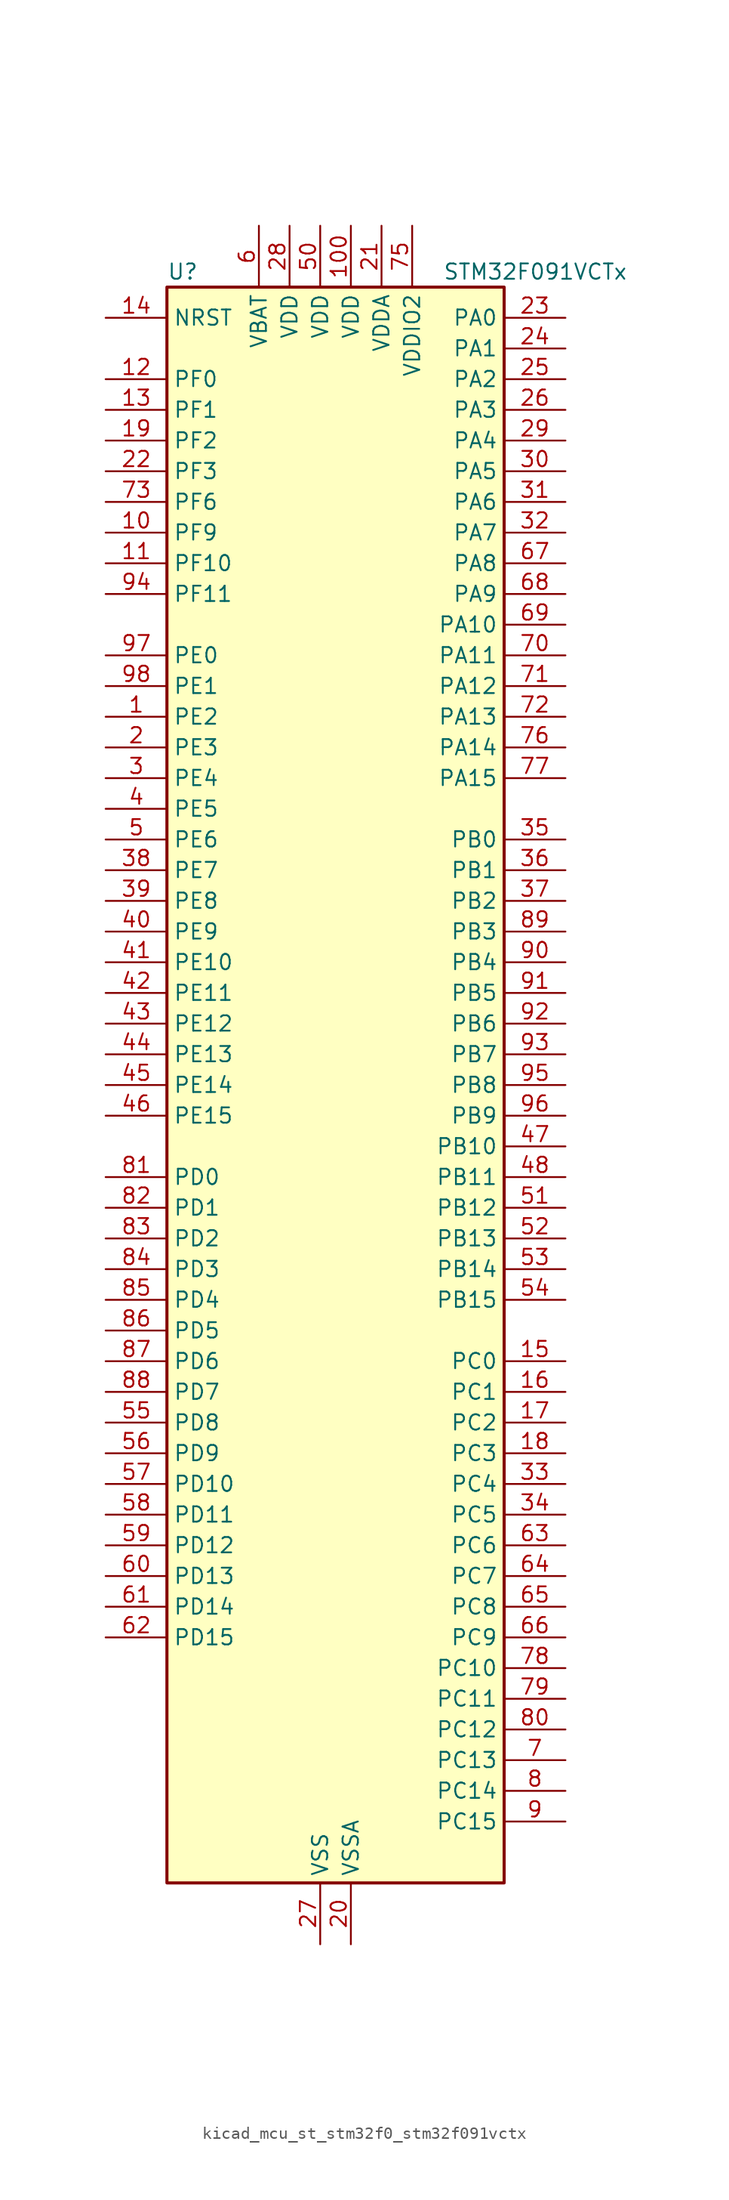
<source format=kicad_sym>
(kicad_symbol_lib
  (version 20220914)
  (generator kicad_symbol_editor)
  (symbol "kicad_mcu_st_stm32f0_stm32f091vctx"
    (property "Reference" "U"
      (at -12.7 67.31 0)
      (effects (font (size 1.27 1.27)) (justify left)))
    (property "Value" "STM32F091VCTx"
      (at 10.16 67.31 0)
      (effects (font (size 1.27 1.27)) (justify left)))
    (property "ki_locked" ""
      (at 0 0 0)
      (effects (font (size 1.27 1.27))))
    (symbol "kicad_mcu_st_stm32f0_stm32f091vctx_0_1"
      (rectangle (start -12.7 -66.04) (end 15.24 66.04) (stroke (width 0.254) (type default)) (fill (type background))))
    (symbol "kicad_mcu_st_stm32f0_stm32f091vctx_1_1"
      (pin bidirectional line (at -17.78 30.48 0) (length 5.08) (name "PE2" (effects (font (size 1.27 1.27)))) (number "1" (effects (font (size 1.27 1.27)))) (alternate "TIM3_ETR" bidirectional line) (alternate "TSC_G7_IO1" bidirectional line))
      (pin bidirectional line (at -17.78 45.72 0) (length 5.08) (name "PF9" (effects (font (size 1.27 1.27)))) (number "10" (effects (font (size 1.27 1.27)))) (alternate "DAC_EXTI9" bidirectional line) (alternate "TIM15_CH1" bidirectional line) (alternate "USART6_TX" bidirectional line))
      (pin power_in line (at 2.54 71.12 270) (length 5.08) (name "VDD" (effects (font (size 1.27 1.27)))) (number "100" (effects (font (size 1.27 1.27)))))
      (pin bidirectional line (at -17.78 43.18 0) (length 5.08) (name "PF10" (effects (font (size 1.27 1.27)))) (number "11" (effects (font (size 1.27 1.27)))) (alternate "TIM15_CH2" bidirectional line) (alternate "USART6_RX" bidirectional line))
      (pin bidirectional line (at -17.78 58.42 0) (length 5.08) (name "PF0" (effects (font (size 1.27 1.27)))) (number "12" (effects (font (size 1.27 1.27)))) (alternate "CRS_SYNC" bidirectional line) (alternate "I2C1_SDA" bidirectional line) (alternate "RCC_OSC_IN" bidirectional line))
      (pin bidirectional line (at -17.78 55.88 0) (length 5.08) (name "PF1" (effects (font (size 1.27 1.27)))) (number "13" (effects (font (size 1.27 1.27)))) (alternate "I2C1_SCL" bidirectional line) (alternate "RCC_OSC_OUT" bidirectional line))
      (pin input line (at -17.78 63.5 0) (length 5.08) (name "NRST" (effects (font (size 1.27 1.27)))) (number "14" (effects (font (size 1.27 1.27)))))
      (pin bidirectional line (at 20.32 -22.86 180) (length 5.08) (name "PC0" (effects (font (size 1.27 1.27)))) (number "15" (effects (font (size 1.27 1.27)))) (alternate "ADC_IN10" bidirectional line) (alternate "USART6_TX" bidirectional line) (alternate "USART7_TX" bidirectional line))
      (pin bidirectional line (at 20.32 -25.4 180) (length 5.08) (name "PC1" (effects (font (size 1.27 1.27)))) (number "16" (effects (font (size 1.27 1.27)))) (alternate "ADC_IN11" bidirectional line) (alternate "USART6_RX" bidirectional line) (alternate "USART7_RX" bidirectional line))
      (pin bidirectional line (at 20.32 -27.94 180) (length 5.08) (name "PC2" (effects (font (size 1.27 1.27)))) (number "17" (effects (font (size 1.27 1.27)))) (alternate "ADC_IN12" bidirectional line) (alternate "I2S2_MCK" bidirectional line) (alternate "SPI2_MISO" bidirectional line) (alternate "USART8_TX" bidirectional line))
      (pin bidirectional line (at 20.32 -30.48 180) (length 5.08) (name "PC3" (effects (font (size 1.27 1.27)))) (number "18" (effects (font (size 1.27 1.27)))) (alternate "ADC_IN13" bidirectional line) (alternate "I2S2_SD" bidirectional line) (alternate "SPI2_MOSI" bidirectional line) (alternate "USART8_RX" bidirectional line))
      (pin bidirectional line (at -17.78 53.34 0) (length 5.08) (name "PF2" (effects (font (size 1.27 1.27)))) (number "19" (effects (font (size 1.27 1.27)))) (alternate "SYS_WKUP8" bidirectional line) (alternate "USART7_CK" bidirectional line) (alternate "USART7_DE" bidirectional line) (alternate "USART7_RTS" bidirectional line) (alternate "USART7_TX" bidirectional line))
      (pin bidirectional line (at -17.78 27.94 0) (length 5.08) (name "PE3" (effects (font (size 1.27 1.27)))) (number "2" (effects (font (size 1.27 1.27)))) (alternate "TIM3_CH1" bidirectional line) (alternate "TSC_G7_IO2" bidirectional line))
      (pin power_in line (at 2.54 -71.12 90) (length 5.08) (name "VSSA" (effects (font (size 1.27 1.27)))) (number "20" (effects (font (size 1.27 1.27)))))
      (pin power_in line (at 5.08 71.12 270) (length 5.08) (name "VDDA" (effects (font (size 1.27 1.27)))) (number "21" (effects (font (size 1.27 1.27)))))
      (pin bidirectional line (at -17.78 50.8 0) (length 5.08) (name "PF3" (effects (font (size 1.27 1.27)))) (number "22" (effects (font (size 1.27 1.27)))) (alternate "USART6_CK" bidirectional line) (alternate "USART6_DE" bidirectional line) (alternate "USART6_RTS" bidirectional line) (alternate "USART7_RX" bidirectional line))
      (pin bidirectional line (at 20.32 63.5 180) (length 5.08) (name "PA0" (effects (font (size 1.27 1.27)))) (number "23" (effects (font (size 1.27 1.27)))) (alternate "ADC_IN0" bidirectional line) (alternate "COMP1_INM" bidirectional line) (alternate "COMP1_OUT" bidirectional line) (alternate "RTC_TAMP2" bidirectional line) (alternate "SYS_WKUP1" bidirectional line) (alternate "TIM2_CH1" bidirectional line) (alternate "TIM2_ETR" bidirectional line) (alternate "TSC_G1_IO1" bidirectional line) (alternate "USART2_CTS" bidirectional line) (alternate "USART4_TX" bidirectional line))
      (pin bidirectional line (at 20.32 60.96 180) (length 5.08) (name "PA1" (effects (font (size 1.27 1.27)))) (number "24" (effects (font (size 1.27 1.27)))) (alternate "ADC_IN1" bidirectional line) (alternate "COMP1_INP" bidirectional line) (alternate "TIM15_CH1N" bidirectional line) (alternate "TIM2_CH2" bidirectional line) (alternate "TSC_G1_IO2" bidirectional line) (alternate "USART2_DE" bidirectional line) (alternate "USART2_RTS" bidirectional line) (alternate "USART4_RX" bidirectional line))
      (pin bidirectional line (at 20.32 58.42 180) (length 5.08) (name "PA2" (effects (font (size 1.27 1.27)))) (number "25" (effects (font (size 1.27 1.27)))) (alternate "ADC_IN2" bidirectional line) (alternate "COMP2_INM" bidirectional line) (alternate "COMP2_OUT" bidirectional line) (alternate "SYS_WKUP4" bidirectional line) (alternate "TIM15_CH1" bidirectional line) (alternate "TIM2_CH3" bidirectional line) (alternate "TSC_G1_IO3" bidirectional line) (alternate "USART2_TX" bidirectional line))
      (pin bidirectional line (at 20.32 55.88 180) (length 5.08) (name "PA3" (effects (font (size 1.27 1.27)))) (number "26" (effects (font (size 1.27 1.27)))) (alternate "ADC_IN3" bidirectional line) (alternate "COMP2_INP" bidirectional line) (alternate "TIM15_CH2" bidirectional line) (alternate "TIM2_CH4" bidirectional line) (alternate "TSC_G1_IO4" bidirectional line) (alternate "USART2_RX" bidirectional line))
      (pin power_in line (at 0 -71.12 90) (length 5.08) (name "VSS" (effects (font (size 1.27 1.27)))) (number "27" (effects (font (size 1.27 1.27)))))
      (pin power_in line (at -2.54 71.12 270) (length 5.08) (name "VDD" (effects (font (size 1.27 1.27)))) (number "28" (effects (font (size 1.27 1.27)))))
      (pin bidirectional line (at 20.32 53.34 180) (length 5.08) (name "PA4" (effects (font (size 1.27 1.27)))) (number "29" (effects (font (size 1.27 1.27)))) (alternate "ADC_IN4" bidirectional line) (alternate "COMP1_INM" bidirectional line) (alternate "COMP2_INM" bidirectional line) (alternate "DAC_OUT1" bidirectional line) (alternate "I2S1_WS" bidirectional line) (alternate "SPI1_NSS" bidirectional line) (alternate "TIM14_CH1" bidirectional line) (alternate "TSC_G2_IO1" bidirectional line) (alternate "USART2_CK" bidirectional line) (alternate "USART6_TX" bidirectional line))
      (pin bidirectional line (at -17.78 25.4 0) (length 5.08) (name "PE4" (effects (font (size 1.27 1.27)))) (number "3" (effects (font (size 1.27 1.27)))) (alternate "TIM3_CH2" bidirectional line) (alternate "TSC_G7_IO3" bidirectional line))
      (pin bidirectional line (at 20.32 50.8 180) (length 5.08) (name "PA5" (effects (font (size 1.27 1.27)))) (number "30" (effects (font (size 1.27 1.27)))) (alternate "ADC_IN5" bidirectional line) (alternate "CEC" bidirectional line) (alternate "COMP1_INM" bidirectional line) (alternate "COMP2_INM" bidirectional line) (alternate "DAC_OUT2" bidirectional line) (alternate "I2S1_CK" bidirectional line) (alternate "SPI1_SCK" bidirectional line) (alternate "TIM2_CH1" bidirectional line) (alternate "TIM2_ETR" bidirectional line) (alternate "TSC_G2_IO2" bidirectional line) (alternate "USART6_RX" bidirectional line))
      (pin bidirectional line (at 20.32 48.26 180) (length 5.08) (name "PA6" (effects (font (size 1.27 1.27)))) (number "31" (effects (font (size 1.27 1.27)))) (alternate "ADC_IN6" bidirectional line) (alternate "COMP1_OUT" bidirectional line) (alternate "I2S1_MCK" bidirectional line) (alternate "SPI1_MISO" bidirectional line) (alternate "TIM16_CH1" bidirectional line) (alternate "TIM1_BKIN" bidirectional line) (alternate "TIM3_CH1" bidirectional line) (alternate "TSC_G2_IO3" bidirectional line) (alternate "USART3_CTS" bidirectional line))
      (pin bidirectional line (at 20.32 45.72 180) (length 5.08) (name "PA7" (effects (font (size 1.27 1.27)))) (number "32" (effects (font (size 1.27 1.27)))) (alternate "ADC_IN7" bidirectional line) (alternate "COMP2_OUT" bidirectional line) (alternate "I2S1_SD" bidirectional line) (alternate "SPI1_MOSI" bidirectional line) (alternate "TIM14_CH1" bidirectional line) (alternate "TIM17_CH1" bidirectional line) (alternate "TIM1_CH1N" bidirectional line) (alternate "TIM3_CH2" bidirectional line) (alternate "TSC_G2_IO4" bidirectional line))
      (pin bidirectional line (at 20.32 -33.02 180) (length 5.08) (name "PC4" (effects (font (size 1.27 1.27)))) (number "33" (effects (font (size 1.27 1.27)))) (alternate "ADC_IN14" bidirectional line) (alternate "USART3_TX" bidirectional line))
      (pin bidirectional line (at 20.32 -35.56 180) (length 5.08) (name "PC5" (effects (font (size 1.27 1.27)))) (number "34" (effects (font (size 1.27 1.27)))) (alternate "ADC_IN15" bidirectional line) (alternate "SYS_WKUP5" bidirectional line) (alternate "TSC_G3_IO1" bidirectional line) (alternate "USART3_RX" bidirectional line))
      (pin bidirectional line (at 20.32 20.32 180) (length 5.08) (name "PB0" (effects (font (size 1.27 1.27)))) (number "35" (effects (font (size 1.27 1.27)))) (alternate "ADC_IN8" bidirectional line) (alternate "TIM1_CH2N" bidirectional line) (alternate "TIM3_CH3" bidirectional line) (alternate "TSC_G3_IO2" bidirectional line) (alternate "USART3_CK" bidirectional line))
      (pin bidirectional line (at 20.32 17.78 180) (length 5.08) (name "PB1" (effects (font (size 1.27 1.27)))) (number "36" (effects (font (size 1.27 1.27)))) (alternate "ADC_IN9" bidirectional line) (alternate "TIM14_CH1" bidirectional line) (alternate "TIM1_CH3N" bidirectional line) (alternate "TIM3_CH4" bidirectional line) (alternate "TSC_G3_IO3" bidirectional line) (alternate "USART3_DE" bidirectional line) (alternate "USART3_RTS" bidirectional line))
      (pin bidirectional line (at 20.32 15.24 180) (length 5.08) (name "PB2" (effects (font (size 1.27 1.27)))) (number "37" (effects (font (size 1.27 1.27)))) (alternate "TSC_G3_IO4" bidirectional line))
      (pin bidirectional line (at -17.78 17.78 0) (length 5.08) (name "PE7" (effects (font (size 1.27 1.27)))) (number "38" (effects (font (size 1.27 1.27)))) (alternate "TIM1_ETR" bidirectional line) (alternate "USART5_CK" bidirectional line) (alternate "USART5_DE" bidirectional line) (alternate "USART5_RTS" bidirectional line))
      (pin bidirectional line (at -17.78 15.24 0) (length 5.08) (name "PE8" (effects (font (size 1.27 1.27)))) (number "39" (effects (font (size 1.27 1.27)))) (alternate "TIM1_CH1N" bidirectional line) (alternate "USART4_TX" bidirectional line))
      (pin bidirectional line (at -17.78 22.86 0) (length 5.08) (name "PE5" (effects (font (size 1.27 1.27)))) (number "4" (effects (font (size 1.27 1.27)))) (alternate "TIM3_CH3" bidirectional line) (alternate "TSC_G7_IO4" bidirectional line))
      (pin bidirectional line (at -17.78 12.7 0) (length 5.08) (name "PE9" (effects (font (size 1.27 1.27)))) (number "40" (effects (font (size 1.27 1.27)))) (alternate "DAC_EXTI9" bidirectional line) (alternate "TIM1_CH1" bidirectional line) (alternate "USART4_RX" bidirectional line))
      (pin bidirectional line (at -17.78 10.16 0) (length 5.08) (name "PE10" (effects (font (size 1.27 1.27)))) (number "41" (effects (font (size 1.27 1.27)))) (alternate "TIM1_CH2N" bidirectional line) (alternate "USART5_TX" bidirectional line))
      (pin bidirectional line (at -17.78 7.62 0) (length 5.08) (name "PE11" (effects (font (size 1.27 1.27)))) (number "42" (effects (font (size 1.27 1.27)))) (alternate "TIM1_CH2" bidirectional line) (alternate "USART5_RX" bidirectional line))
      (pin bidirectional line (at -17.78 5.08 0) (length 5.08) (name "PE12" (effects (font (size 1.27 1.27)))) (number "43" (effects (font (size 1.27 1.27)))) (alternate "I2S1_WS" bidirectional line) (alternate "SPI1_NSS" bidirectional line) (alternate "TIM1_CH3N" bidirectional line))
      (pin bidirectional line (at -17.78 2.54 0) (length 5.08) (name "PE13" (effects (font (size 1.27 1.27)))) (number "44" (effects (font (size 1.27 1.27)))) (alternate "I2S1_CK" bidirectional line) (alternate "SPI1_SCK" bidirectional line) (alternate "TIM1_CH3" bidirectional line))
      (pin bidirectional line (at -17.78 0 0) (length 5.08) (name "PE14" (effects (font (size 1.27 1.27)))) (number "45" (effects (font (size 1.27 1.27)))) (alternate "I2S1_MCK" bidirectional line) (alternate "SPI1_MISO" bidirectional line) (alternate "TIM1_CH4" bidirectional line))
      (pin bidirectional line (at -17.78 -2.54 0) (length 5.08) (name "PE15" (effects (font (size 1.27 1.27)))) (number "46" (effects (font (size 1.27 1.27)))) (alternate "I2S1_SD" bidirectional line) (alternate "SPI1_MOSI" bidirectional line) (alternate "TIM1_BKIN" bidirectional line))
      (pin bidirectional line (at 20.32 -5.08 180) (length 5.08) (name "PB10" (effects (font (size 1.27 1.27)))) (number "47" (effects (font (size 1.27 1.27)))) (alternate "CEC" bidirectional line) (alternate "I2C2_SCL" bidirectional line) (alternate "I2S2_CK" bidirectional line) (alternate "SPI2_SCK" bidirectional line) (alternate "TIM2_CH3" bidirectional line) (alternate "TSC_SYNC" bidirectional line) (alternate "USART3_TX" bidirectional line))
      (pin bidirectional line (at 20.32 -7.62 180) (length 5.08) (name "PB11" (effects (font (size 1.27 1.27)))) (number "48" (effects (font (size 1.27 1.27)))) (alternate "I2C2_SDA" bidirectional line) (alternate "TIM2_CH4" bidirectional line) (alternate "TSC_G6_IO1" bidirectional line) (alternate "USART3_RX" bidirectional line))
      (pin passive line (at 0 -71.12 90) (length 5.08) hide (name "VSS" (effects (font (size 1.27 1.27)))) (number "49" (effects (font (size 1.27 1.27)))))
      (pin bidirectional line (at -17.78 20.32 0) (length 5.08) (name "PE6" (effects (font (size 1.27 1.27)))) (number "5" (effects (font (size 1.27 1.27)))) (alternate "RTC_TAMP3" bidirectional line) (alternate "SYS_WKUP3" bidirectional line) (alternate "TIM3_CH4" bidirectional line))
      (pin power_in line (at 0 71.12 270) (length 5.08) (name "VDD" (effects (font (size 1.27 1.27)))) (number "50" (effects (font (size 1.27 1.27)))))
      (pin bidirectional line (at 20.32 -10.16 180) (length 5.08) (name "PB12" (effects (font (size 1.27 1.27)))) (number "51" (effects (font (size 1.27 1.27)))) (alternate "I2S2_WS" bidirectional line) (alternate "SPI2_NSS" bidirectional line) (alternate "TIM15_BKIN" bidirectional line) (alternate "TIM1_BKIN" bidirectional line) (alternate "TSC_G6_IO2" bidirectional line) (alternate "USART3_CK" bidirectional line))
      (pin bidirectional line (at 20.32 -12.7 180) (length 5.08) (name "PB13" (effects (font (size 1.27 1.27)))) (number "52" (effects (font (size 1.27 1.27)))) (alternate "I2C2_SCL" bidirectional line) (alternate "I2S2_CK" bidirectional line) (alternate "SPI2_SCK" bidirectional line) (alternate "TIM1_CH1N" bidirectional line) (alternate "TSC_G6_IO3" bidirectional line) (alternate "USART3_CTS" bidirectional line))
      (pin bidirectional line (at 20.32 -15.24 180) (length 5.08) (name "PB14" (effects (font (size 1.27 1.27)))) (number "53" (effects (font (size 1.27 1.27)))) (alternate "I2C2_SDA" bidirectional line) (alternate "I2S2_MCK" bidirectional line) (alternate "SPI2_MISO" bidirectional line) (alternate "TIM15_CH1" bidirectional line) (alternate "TIM1_CH2N" bidirectional line) (alternate "TSC_G6_IO4" bidirectional line) (alternate "USART3_DE" bidirectional line) (alternate "USART3_RTS" bidirectional line))
      (pin bidirectional line (at 20.32 -17.78 180) (length 5.08) (name "PB15" (effects (font (size 1.27 1.27)))) (number "54" (effects (font (size 1.27 1.27)))) (alternate "I2S2_SD" bidirectional line) (alternate "RTC_REFIN" bidirectional line) (alternate "SPI2_MOSI" bidirectional line) (alternate "SYS_WKUP7" bidirectional line) (alternate "TIM15_CH1N" bidirectional line) (alternate "TIM15_CH2" bidirectional line) (alternate "TIM1_CH3N" bidirectional line))
      (pin bidirectional line (at -17.78 -27.94 0) (length 5.08) (name "PD8" (effects (font (size 1.27 1.27)))) (number "55" (effects (font (size 1.27 1.27)))) (alternate "USART3_TX" bidirectional line))
      (pin bidirectional line (at -17.78 -30.48 0) (length 5.08) (name "PD9" (effects (font (size 1.27 1.27)))) (number "56" (effects (font (size 1.27 1.27)))) (alternate "DAC_EXTI9" bidirectional line) (alternate "USART3_RX" bidirectional line))
      (pin bidirectional line (at -17.78 -33.02 0) (length 5.08) (name "PD10" (effects (font (size 1.27 1.27)))) (number "57" (effects (font (size 1.27 1.27)))) (alternate "USART3_CK" bidirectional line))
      (pin bidirectional line (at -17.78 -35.56 0) (length 5.08) (name "PD11" (effects (font (size 1.27 1.27)))) (number "58" (effects (font (size 1.27 1.27)))) (alternate "USART3_CTS" bidirectional line))
      (pin bidirectional line (at -17.78 -38.1 0) (length 5.08) (name "PD12" (effects (font (size 1.27 1.27)))) (number "59" (effects (font (size 1.27 1.27)))) (alternate "TSC_G8_IO1" bidirectional line) (alternate "USART3_DE" bidirectional line) (alternate "USART3_RTS" bidirectional line) (alternate "USART8_CK" bidirectional line) (alternate "USART8_DE" bidirectional line) (alternate "USART8_RTS" bidirectional line))
      (pin power_in line (at -5.08 71.12 270) (length 5.08) (name "VBAT" (effects (font (size 1.27 1.27)))) (number "6" (effects (font (size 1.27 1.27)))))
      (pin bidirectional line (at -17.78 -40.64 0) (length 5.08) (name "PD13" (effects (font (size 1.27 1.27)))) (number "60" (effects (font (size 1.27 1.27)))) (alternate "TSC_G8_IO2" bidirectional line) (alternate "USART8_TX" bidirectional line))
      (pin bidirectional line (at -17.78 -43.18 0) (length 5.08) (name "PD14" (effects (font (size 1.27 1.27)))) (number "61" (effects (font (size 1.27 1.27)))) (alternate "TSC_G8_IO3" bidirectional line) (alternate "USART8_RX" bidirectional line))
      (pin bidirectional line (at -17.78 -45.72 0) (length 5.08) (name "PD15" (effects (font (size 1.27 1.27)))) (number "62" (effects (font (size 1.27 1.27)))) (alternate "CRS_SYNC" bidirectional line) (alternate "TSC_G8_IO4" bidirectional line) (alternate "USART7_CK" bidirectional line) (alternate "USART7_DE" bidirectional line) (alternate "USART7_RTS" bidirectional line))
      (pin bidirectional line (at 20.32 -38.1 180) (length 5.08) (name "PC6" (effects (font (size 1.27 1.27)))) (number "63" (effects (font (size 1.27 1.27)))) (alternate "TIM3_CH1" bidirectional line) (alternate "USART7_TX" bidirectional line))
      (pin bidirectional line (at 20.32 -40.64 180) (length 5.08) (name "PC7" (effects (font (size 1.27 1.27)))) (number "64" (effects (font (size 1.27 1.27)))) (alternate "TIM3_CH2" bidirectional line) (alternate "USART7_RX" bidirectional line))
      (pin bidirectional line (at 20.32 -43.18 180) (length 5.08) (name "PC8" (effects (font (size 1.27 1.27)))) (number "65" (effects (font (size 1.27 1.27)))) (alternate "TIM3_CH3" bidirectional line) (alternate "USART8_TX" bidirectional line))
      (pin bidirectional line (at 20.32 -45.72 180) (length 5.08) (name "PC9" (effects (font (size 1.27 1.27)))) (number "66" (effects (font (size 1.27 1.27)))) (alternate "DAC_EXTI9" bidirectional line) (alternate "TIM3_CH4" bidirectional line) (alternate "USART8_RX" bidirectional line))
      (pin bidirectional line (at 20.32 43.18 180) (length 5.08) (name "PA8" (effects (font (size 1.27 1.27)))) (number "67" (effects (font (size 1.27 1.27)))) (alternate "CRS_SYNC" bidirectional line) (alternate "RCC_MCO" bidirectional line) (alternate "TIM1_CH1" bidirectional line) (alternate "USART1_CK" bidirectional line))
      (pin bidirectional line (at 20.32 40.64 180) (length 5.08) (name "PA9" (effects (font (size 1.27 1.27)))) (number "68" (effects (font (size 1.27 1.27)))) (alternate "DAC_EXTI9" bidirectional line) (alternate "I2C1_SCL" bidirectional line) (alternate "RCC_MCO" bidirectional line) (alternate "TIM15_BKIN" bidirectional line) (alternate "TIM1_CH2" bidirectional line) (alternate "TSC_G4_IO1" bidirectional line) (alternate "USART1_TX" bidirectional line))
      (pin bidirectional line (at 20.32 38.1 180) (length 5.08) (name "PA10" (effects (font (size 1.27 1.27)))) (number "69" (effects (font (size 1.27 1.27)))) (alternate "I2C1_SDA" bidirectional line) (alternate "TIM17_BKIN" bidirectional line) (alternate "TIM1_CH3" bidirectional line) (alternate "TSC_G4_IO2" bidirectional line) (alternate "USART1_RX" bidirectional line))
      (pin bidirectional line (at 20.32 -55.88 180) (length 5.08) (name "PC13" (effects (font (size 1.27 1.27)))) (number "7" (effects (font (size 1.27 1.27)))) (alternate "RTC_OUT_ALARM" bidirectional line) (alternate "RTC_OUT_CALIB" bidirectional line) (alternate "RTC_TAMP1" bidirectional line) (alternate "RTC_TS" bidirectional line) (alternate "SYS_WKUP2" bidirectional line))
      (pin bidirectional line (at 20.32 35.56 180) (length 5.08) (name "PA11" (effects (font (size 1.27 1.27)))) (number "70" (effects (font (size 1.27 1.27)))) (alternate "CAN_RX" bidirectional line) (alternate "COMP1_OUT" bidirectional line) (alternate "I2C2_SCL" bidirectional line) (alternate "TIM1_CH4" bidirectional line) (alternate "TSC_G4_IO3" bidirectional line) (alternate "USART1_CTS" bidirectional line))
      (pin bidirectional line (at 20.32 33.02 180) (length 5.08) (name "PA12" (effects (font (size 1.27 1.27)))) (number "71" (effects (font (size 1.27 1.27)))) (alternate "CAN_TX" bidirectional line) (alternate "COMP2_OUT" bidirectional line) (alternate "I2C2_SDA" bidirectional line) (alternate "TIM1_ETR" bidirectional line) (alternate "TSC_G4_IO4" bidirectional line) (alternate "USART1_DE" bidirectional line) (alternate "USART1_RTS" bidirectional line))
      (pin bidirectional line (at 20.32 30.48 180) (length 5.08) (name "PA13" (effects (font (size 1.27 1.27)))) (number "72" (effects (font (size 1.27 1.27)))) (alternate "IR_OUT" bidirectional line) (alternate "SYS_SWDIO" bidirectional line))
      (pin bidirectional line (at -17.78 48.26 0) (length 5.08) (name "PF6" (effects (font (size 1.27 1.27)))) (number "73" (effects (font (size 1.27 1.27)))))
      (pin passive line (at 0 -71.12 90) (length 5.08) hide (name "VSS" (effects (font (size 1.27 1.27)))) (number "74" (effects (font (size 1.27 1.27)))))
      (pin power_in line (at 7.62 71.12 270) (length 5.08) (name "VDDIO2" (effects (font (size 1.27 1.27)))) (number "75" (effects (font (size 1.27 1.27)))))
      (pin bidirectional line (at 20.32 27.94 180) (length 5.08) (name "PA14" (effects (font (size 1.27 1.27)))) (number "76" (effects (font (size 1.27 1.27)))) (alternate "SYS_SWCLK" bidirectional line) (alternate "USART2_TX" bidirectional line))
      (pin bidirectional line (at 20.32 25.4 180) (length 5.08) (name "PA15" (effects (font (size 1.27 1.27)))) (number "77" (effects (font (size 1.27 1.27)))) (alternate "I2S1_WS" bidirectional line) (alternate "SPI1_NSS" bidirectional line) (alternate "TIM2_CH1" bidirectional line) (alternate "TIM2_ETR" bidirectional line) (alternate "USART2_RX" bidirectional line) (alternate "USART4_DE" bidirectional line) (alternate "USART4_RTS" bidirectional line))
      (pin bidirectional line (at 20.32 -48.26 180) (length 5.08) (name "PC10" (effects (font (size 1.27 1.27)))) (number "78" (effects (font (size 1.27 1.27)))) (alternate "USART3_TX" bidirectional line) (alternate "USART4_TX" bidirectional line))
      (pin bidirectional line (at 20.32 -50.8 180) (length 5.08) (name "PC11" (effects (font (size 1.27 1.27)))) (number "79" (effects (font (size 1.27 1.27)))) (alternate "USART3_RX" bidirectional line) (alternate "USART4_RX" bidirectional line))
      (pin bidirectional line (at 20.32 -58.42 180) (length 5.08) (name "PC14" (effects (font (size 1.27 1.27)))) (number "8" (effects (font (size 1.27 1.27)))) (alternate "RCC_OSC32_IN" bidirectional line))
      (pin bidirectional line (at 20.32 -53.34 180) (length 5.08) (name "PC12" (effects (font (size 1.27 1.27)))) (number "80" (effects (font (size 1.27 1.27)))) (alternate "USART3_CK" bidirectional line) (alternate "USART4_CK" bidirectional line) (alternate "USART5_TX" bidirectional line))
      (pin bidirectional line (at -17.78 -7.62 0) (length 5.08) (name "PD0" (effects (font (size 1.27 1.27)))) (number "81" (effects (font (size 1.27 1.27)))) (alternate "CAN_RX" bidirectional line) (alternate "I2S2_WS" bidirectional line) (alternate "SPI2_NSS" bidirectional line))
      (pin bidirectional line (at -17.78 -10.16 0) (length 5.08) (name "PD1" (effects (font (size 1.27 1.27)))) (number "82" (effects (font (size 1.27 1.27)))) (alternate "CAN_TX" bidirectional line) (alternate "I2S2_CK" bidirectional line) (alternate "SPI2_SCK" bidirectional line))
      (pin bidirectional line (at -17.78 -12.7 0) (length 5.08) (name "PD2" (effects (font (size 1.27 1.27)))) (number "83" (effects (font (size 1.27 1.27)))) (alternate "TIM3_ETR" bidirectional line) (alternate "USART3_DE" bidirectional line) (alternate "USART3_RTS" bidirectional line) (alternate "USART5_RX" bidirectional line))
      (pin bidirectional line (at -17.78 -15.24 0) (length 5.08) (name "PD3" (effects (font (size 1.27 1.27)))) (number "84" (effects (font (size 1.27 1.27)))) (alternate "I2S2_MCK" bidirectional line) (alternate "SPI2_MISO" bidirectional line) (alternate "USART2_CTS" bidirectional line))
      (pin bidirectional line (at -17.78 -17.78 0) (length 5.08) (name "PD4" (effects (font (size 1.27 1.27)))) (number "85" (effects (font (size 1.27 1.27)))) (alternate "I2S2_SD" bidirectional line) (alternate "SPI2_MOSI" bidirectional line) (alternate "USART2_DE" bidirectional line) (alternate "USART2_RTS" bidirectional line))
      (pin bidirectional line (at -17.78 -20.32 0) (length 5.08) (name "PD5" (effects (font (size 1.27 1.27)))) (number "86" (effects (font (size 1.27 1.27)))) (alternate "USART2_TX" bidirectional line))
      (pin bidirectional line (at -17.78 -22.86 0) (length 5.08) (name "PD6" (effects (font (size 1.27 1.27)))) (number "87" (effects (font (size 1.27 1.27)))) (alternate "USART2_RX" bidirectional line))
      (pin bidirectional line (at -17.78 -25.4 0) (length 5.08) (name "PD7" (effects (font (size 1.27 1.27)))) (number "88" (effects (font (size 1.27 1.27)))) (alternate "USART2_CK" bidirectional line))
      (pin bidirectional line (at 20.32 12.7 180) (length 5.08) (name "PB3" (effects (font (size 1.27 1.27)))) (number "89" (effects (font (size 1.27 1.27)))) (alternate "I2S1_CK" bidirectional line) (alternate "SPI1_SCK" bidirectional line) (alternate "TIM2_CH2" bidirectional line) (alternate "TSC_G5_IO1" bidirectional line) (alternate "USART5_TX" bidirectional line))
      (pin bidirectional line (at 20.32 -60.96 180) (length 5.08) (name "PC15" (effects (font (size 1.27 1.27)))) (number "9" (effects (font (size 1.27 1.27)))) (alternate "RCC_OSC32_OUT" bidirectional line))
      (pin bidirectional line (at 20.32 10.16 180) (length 5.08) (name "PB4" (effects (font (size 1.27 1.27)))) (number "90" (effects (font (size 1.27 1.27)))) (alternate "I2S1_MCK" bidirectional line) (alternate "SPI1_MISO" bidirectional line) (alternate "TIM17_BKIN" bidirectional line) (alternate "TIM3_CH1" bidirectional line) (alternate "TSC_G5_IO2" bidirectional line) (alternate "USART5_RX" bidirectional line))
      (pin bidirectional line (at 20.32 7.62 180) (length 5.08) (name "PB5" (effects (font (size 1.27 1.27)))) (number "91" (effects (font (size 1.27 1.27)))) (alternate "I2C1_SMBA" bidirectional line) (alternate "I2S1_SD" bidirectional line) (alternate "SPI1_MOSI" bidirectional line) (alternate "SYS_WKUP6" bidirectional line) (alternate "TIM16_BKIN" bidirectional line) (alternate "TIM3_CH2" bidirectional line) (alternate "USART5_CK" bidirectional line) (alternate "USART5_DE" bidirectional line) (alternate "USART5_RTS" bidirectional line))
      (pin bidirectional line (at 20.32 5.08 180) (length 5.08) (name "PB6" (effects (font (size 1.27 1.27)))) (number "92" (effects (font (size 1.27 1.27)))) (alternate "I2C1_SCL" bidirectional line) (alternate "TIM16_CH1N" bidirectional line) (alternate "TSC_G5_IO3" bidirectional line) (alternate "USART1_TX" bidirectional line))
      (pin bidirectional line (at 20.32 2.54 180) (length 5.08) (name "PB7" (effects (font (size 1.27 1.27)))) (number "93" (effects (font (size 1.27 1.27)))) (alternate "I2C1_SDA" bidirectional line) (alternate "TIM17_CH1N" bidirectional line) (alternate "TSC_G5_IO4" bidirectional line) (alternate "USART1_RX" bidirectional line) (alternate "USART4_CTS" bidirectional line))
      (pin bidirectional line (at -17.78 40.64 0) (length 5.08) (name "PF11" (effects (font (size 1.27 1.27)))) (number "94" (effects (font (size 1.27 1.27)))))
      (pin bidirectional line (at 20.32 0 180) (length 5.08) (name "PB8" (effects (font (size 1.27 1.27)))) (number "95" (effects (font (size 1.27 1.27)))) (alternate "CAN_RX" bidirectional line) (alternate "CEC" bidirectional line) (alternate "I2C1_SCL" bidirectional line) (alternate "TIM16_CH1" bidirectional line) (alternate "TSC_SYNC" bidirectional line))
      (pin bidirectional line (at 20.32 -2.54 180) (length 5.08) (name "PB9" (effects (font (size 1.27 1.27)))) (number "96" (effects (font (size 1.27 1.27)))) (alternate "CAN_TX" bidirectional line) (alternate "DAC_EXTI9" bidirectional line) (alternate "I2C1_SDA" bidirectional line) (alternate "I2S2_WS" bidirectional line) (alternate "IR_OUT" bidirectional line) (alternate "SPI2_NSS" bidirectional line) (alternate "TIM17_CH1" bidirectional line))
      (pin bidirectional line (at -17.78 35.56 0) (length 5.08) (name "PE0" (effects (font (size 1.27 1.27)))) (number "97" (effects (font (size 1.27 1.27)))) (alternate "TIM16_CH1" bidirectional line))
      (pin bidirectional line (at -17.78 33.02 0) (length 5.08) (name "PE1" (effects (font (size 1.27 1.27)))) (number "98" (effects (font (size 1.27 1.27)))) (alternate "TIM17_CH1" bidirectional line))
      (pin passive line (at 0 -71.12 90) (length 5.08) hide (name "VSS" (effects (font (size 1.27 1.27)))) (number "99" (effects (font (size 1.27 1.27))))))))
</source>
